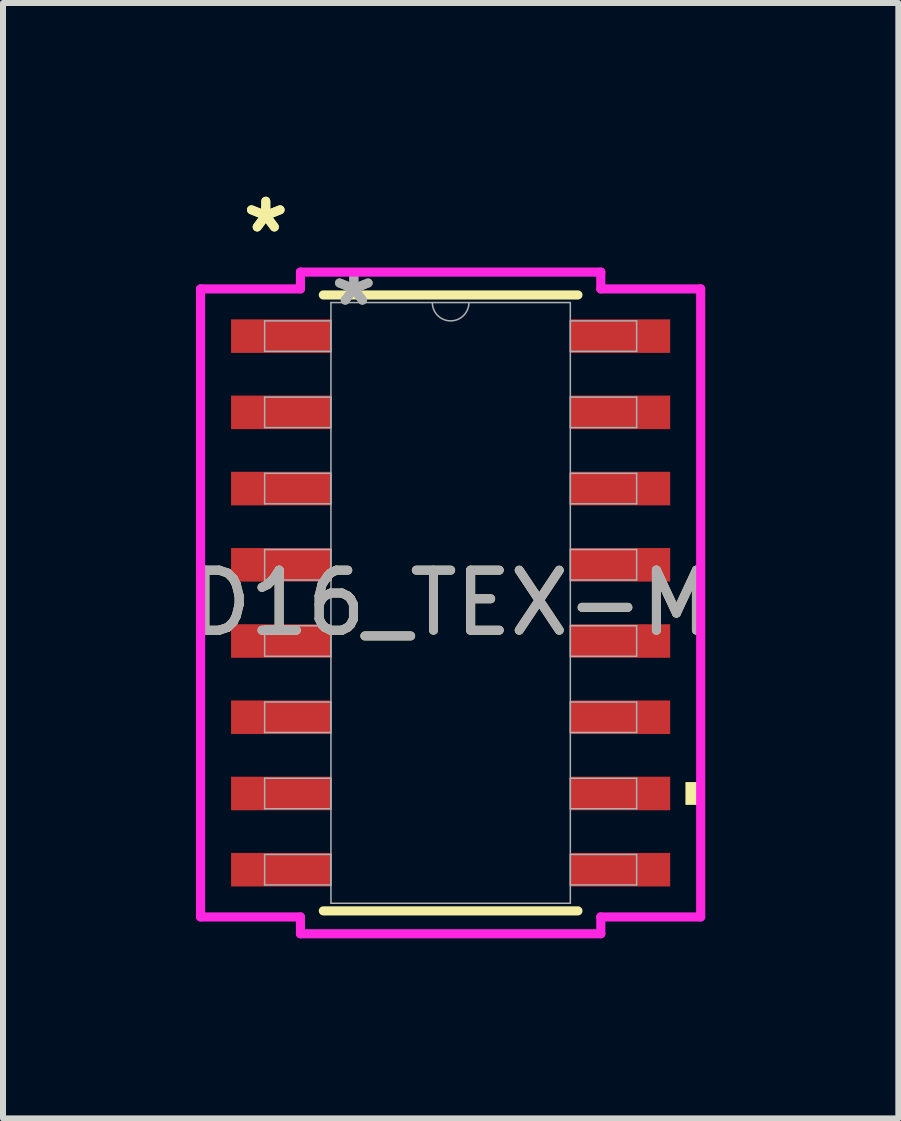
<source format=kicad_pcb>
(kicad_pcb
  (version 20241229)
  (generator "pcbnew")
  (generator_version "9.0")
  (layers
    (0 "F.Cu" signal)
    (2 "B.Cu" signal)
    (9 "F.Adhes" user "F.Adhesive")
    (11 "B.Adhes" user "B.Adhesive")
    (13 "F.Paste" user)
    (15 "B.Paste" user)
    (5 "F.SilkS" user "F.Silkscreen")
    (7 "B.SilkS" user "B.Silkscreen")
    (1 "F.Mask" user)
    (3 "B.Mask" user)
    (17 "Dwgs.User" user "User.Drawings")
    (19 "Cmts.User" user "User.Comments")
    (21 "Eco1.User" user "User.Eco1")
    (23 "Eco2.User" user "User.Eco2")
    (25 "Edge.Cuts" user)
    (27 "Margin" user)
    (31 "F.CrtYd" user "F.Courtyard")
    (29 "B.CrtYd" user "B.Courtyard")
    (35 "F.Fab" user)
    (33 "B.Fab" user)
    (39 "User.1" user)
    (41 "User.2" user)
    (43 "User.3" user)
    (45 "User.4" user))
  (footprint "D16_TEX-M"
    (layer "F.Cu")
    (at 4.458 6.995)
    (property "Reference" "D16_TEX-M" (at 0 0 0) (unlocked yes) (layer "F.SilkS") (effects (font (size 1 1) (thickness 0.15))))
    (attr smd)
    (fp_line (start -2.121 5.131) (end 2.121 5.131) (stroke (width 0.152) (type solid)) (layer "F.SilkS"))
    (fp_line (start 2.121 -5.131) (end -2.121 -5.131) (stroke (width 0.152) (type solid)) (layer "F.SilkS"))
    (fp_poly (pts (xy 4.166 2.985) (xy 4.166 3.365) (xy 3.912 3.365) (xy 3.912 2.985)) (stroke (width 0) (type solid)) (fill yes) (layer "F.SilkS"))
    (fp_line (start -4.166 -5.232) (end -2.502 -5.232) (stroke (width 0.152) (type solid)) (layer "F.CrtYd"))
    (fp_line (start -4.166 5.232) (end -4.166 -5.232) (stroke (width 0.152) (type solid)) (layer "F.CrtYd"))
    (fp_line (start -4.166 5.232) (end -2.502 5.232) (stroke (width 0.152) (type solid)) (layer "F.CrtYd"))
    (fp_line (start -2.502 -5.512) (end 2.502 -5.512) (stroke (width 0.152) (type solid)) (layer "F.CrtYd"))
    (fp_line (start -2.502 -5.232) (end -2.502 -5.512) (stroke (width 0.152) (type solid)) (layer "F.CrtYd"))
    (fp_line (start -2.502 5.512) (end -2.502 5.232) (stroke (width 0.152) (type solid)) (layer "F.CrtYd"))
    (fp_line (start 2.502 -5.512) (end 2.502 -5.232) (stroke (width 0.152) (type solid)) (layer "F.CrtYd"))
    (fp_line (start 2.502 5.232) (end 2.502 5.512) (stroke (width 0.152) (type solid)) (layer "F.CrtYd"))
    (fp_line (start 2.502 5.512) (end -2.502 5.512) (stroke (width 0.152) (type solid)) (layer "F.CrtYd"))
    (fp_line (start 4.166 -5.232) (end 2.502 -5.232) (stroke (width 0.152) (type solid)) (layer "F.CrtYd"))
    (fp_line (start 4.166 -5.232) (end 4.166 5.232) (stroke (width 0.152) (type solid)) (layer "F.CrtYd"))
    (fp_line (start 4.166 5.232) (end 2.502 5.232) (stroke (width 0.152) (type solid)) (layer "F.CrtYd"))
    (fp_line (start -3.099 -4.699) (end -3.099 -4.191) (stroke (width 0.025) (type solid)) (layer "F.Fab"))
    (fp_line (start -3.099 -4.191) (end -1.994 -4.191) (stroke (width 0.025) (type solid)) (layer "F.Fab"))
    (fp_line (start -3.099 -3.429) (end -3.099 -2.921) (stroke (width 0.025) (type solid)) (layer "F.Fab"))
    (fp_line (start -3.099 -2.921) (end -1.994 -2.921) (stroke (width 0.025) (type solid)) (layer "F.Fab"))
    (fp_line (start -3.099 -2.159) (end -3.099 -1.651) (stroke (width 0.025) (type solid)) (layer "F.Fab"))
    (fp_line (start -3.099 -1.651) (end -1.994 -1.651) (stroke (width 0.025) (type solid)) (layer "F.Fab"))
    (fp_line (start -3.099 -0.889) (end -3.099 -0.381) (stroke (width 0.025) (type solid)) (layer "F.Fab"))
    (fp_line (start -3.099 -0.381) (end -1.994 -0.381) (stroke (width 0.025) (type solid)) (layer "F.Fab"))
    (fp_line (start -3.099 0.381) (end -3.099 0.889) (stroke (width 0.025) (type solid)) (layer "F.Fab"))
    (fp_line (start -3.099 0.889) (end -1.994 0.889) (stroke (width 0.025) (type solid)) (layer "F.Fab"))
    (fp_line (start -3.099 1.651) (end -3.099 2.159) (stroke (width 0.025) (type solid)) (layer "F.Fab"))
    (fp_line (start -3.099 2.159) (end -1.994 2.159) (stroke (width 0.025) (type solid)) (layer "F.Fab"))
    (fp_line (start -3.099 2.921) (end -3.099 3.429) (stroke (width 0.025) (type solid)) (layer "F.Fab"))
    (fp_line (start -3.099 3.429) (end -1.994 3.429) (stroke (width 0.025) (type solid)) (layer "F.Fab"))
    (fp_line (start -3.099 4.191) (end -3.099 4.699) (stroke (width 0.025) (type solid)) (layer "F.Fab"))
    (fp_line (start -3.099 4.699) (end -1.994 4.699) (stroke (width 0.025) (type solid)) (layer "F.Fab"))
    (fp_line (start -1.994 -5.004) (end -1.994 5.004) (stroke (width 0.025) (type solid)) (layer "F.Fab"))
    (fp_line (start -1.994 -4.699) (end -3.099 -4.699) (stroke (width 0.025) (type solid)) (layer "F.Fab"))
    (fp_line (start -1.994 -4.191) (end -1.994 -4.699) (stroke (width 0.025) (type solid)) (layer "F.Fab"))
    (fp_line (start -1.994 -3.429) (end -3.099 -3.429) (stroke (width 0.025) (type solid)) (layer "F.Fab"))
    (fp_line (start -1.994 -2.921) (end -1.994 -3.429) (stroke (width 0.025) (type solid)) (layer "F.Fab"))
    (fp_line (start -1.994 -2.159) (end -3.099 -2.159) (stroke (width 0.025) (type solid)) (layer "F.Fab"))
    (fp_line (start -1.994 -1.651) (end -1.994 -2.159) (stroke (width 0.025) (type solid)) (layer "F.Fab"))
    (fp_line (start -1.994 -0.889) (end -3.099 -0.889) (stroke (width 0.025) (type solid)) (layer "F.Fab"))
    (fp_line (start -1.994 -0.381) (end -1.994 -0.889) (stroke (width 0.025) (type solid)) (layer "F.Fab"))
    (fp_line (start -1.994 0.381) (end -3.099 0.381) (stroke (width 0.025) (type solid)) (layer "F.Fab"))
    (fp_line (start -1.994 0.889) (end -1.994 0.381) (stroke (width 0.025) (type solid)) (layer "F.Fab"))
    (fp_line (start -1.994 1.651) (end -3.099 1.651) (stroke (width 0.025) (type solid)) (layer "F.Fab"))
    (fp_line (start -1.994 2.159) (end -1.994 1.651) (stroke (width 0.025) (type solid)) (layer "F.Fab"))
    (fp_line (start -1.994 2.921) (end -3.099 2.921) (stroke (width 0.025) (type solid)) (layer "F.Fab"))
    (fp_line (start -1.994 3.429) (end -1.994 2.921) (stroke (width 0.025) (type solid)) (layer "F.Fab"))
    (fp_line (start -1.994 4.191) (end -3.099 4.191) (stroke (width 0.025) (type solid)) (layer "F.Fab"))
    (fp_line (start -1.994 4.699) (end -1.994 4.191) (stroke (width 0.025) (type solid)) (layer "F.Fab"))
    (fp_line (start -1.994 5.004) (end 1.994 5.004) (stroke (width 0.025) (type solid)) (layer "F.Fab"))
    (fp_line (start 1.994 -5.004) (end -1.994 -5.004) (stroke (width 0.025) (type solid)) (layer "F.Fab"))
    (fp_line (start 1.994 -4.699) (end 1.994 -4.191) (stroke (width 0.025) (type solid)) (layer "F.Fab"))
    (fp_line (start 1.994 -4.191) (end 3.099 -4.191) (stroke (width 0.025) (type solid)) (layer "F.Fab"))
    (fp_line (start 1.994 -3.429) (end 1.994 -2.921) (stroke (width 0.025) (type solid)) (layer "F.Fab"))
    (fp_line (start 1.994 -2.921) (end 3.099 -2.921) (stroke (width 0.025) (type solid)) (layer "F.Fab"))
    (fp_line (start 1.994 -2.159) (end 1.994 -1.651) (stroke (width 0.025) (type solid)) (layer "F.Fab"))
    (fp_line (start 1.994 -1.651) (end 3.099 -1.651) (stroke (width 0.025) (type solid)) (layer "F.Fab"))
    (fp_line (start 1.994 -0.889) (end 1.994 -0.381) (stroke (width 0.025) (type solid)) (layer "F.Fab"))
    (fp_line (start 1.994 -0.381) (end 3.099 -0.381) (stroke (width 0.025) (type solid)) (layer "F.Fab"))
    (fp_line (start 1.994 0.381) (end 1.994 0.889) (stroke (width 0.025) (type solid)) (layer "F.Fab"))
    (fp_line (start 1.994 0.889) (end 3.099 0.889) (stroke (width 0.025) (type solid)) (layer "F.Fab"))
    (fp_line (start 1.994 1.651) (end 1.994 2.159) (stroke (width 0.025) (type solid)) (layer "F.Fab"))
    (fp_line (start 1.994 2.159) (end 3.099 2.159) (stroke (width 0.025) (type solid)) (layer "F.Fab"))
    (fp_line (start 1.994 2.921) (end 1.994 3.429) (stroke (width 0.025) (type solid)) (layer "F.Fab"))
    (fp_line (start 1.994 3.429) (end 3.099 3.429) (stroke (width 0.025) (type solid)) (layer "F.Fab"))
    (fp_line (start 1.994 4.191) (end 1.994 4.699) (stroke (width 0.025) (type solid)) (layer "F.Fab"))
    (fp_line (start 1.994 4.699) (end 3.099 4.699) (stroke (width 0.025) (type solid)) (layer "F.Fab"))
    (fp_line (start 1.994 5.004) (end 1.994 -5.004) (stroke (width 0.025) (type solid)) (layer "F.Fab"))
    (fp_line (start 3.099 -4.699) (end 1.994 -4.699) (stroke (width 0.025) (type solid)) (layer "F.Fab"))
    (fp_line (start 3.099 -4.191) (end 3.099 -4.699) (stroke (width 0.025) (type solid)) (layer "F.Fab"))
    (fp_line (start 3.099 -3.429) (end 1.994 -3.429) (stroke (width 0.025) (type solid)) (layer "F.Fab"))
    (fp_line (start 3.099 -2.921) (end 3.099 -3.429) (stroke (width 0.025) (type solid)) (layer "F.Fab"))
    (fp_line (start 3.099 -2.159) (end 1.994 -2.159) (stroke (width 0.025) (type solid)) (layer "F.Fab"))
    (fp_line (start 3.099 -1.651) (end 3.099 -2.159) (stroke (width 0.025) (type solid)) (layer "F.Fab"))
    (fp_line (start 3.099 -0.889) (end 1.994 -0.889) (stroke (width 0.025) (type solid)) (layer "F.Fab"))
    (fp_line (start 3.099 -0.381) (end 3.099 -0.889) (stroke (width 0.025) (type solid)) (layer "F.Fab"))
    (fp_line (start 3.099 0.381) (end 1.994 0.381) (stroke (width 0.025) (type solid)) (layer "F.Fab"))
    (fp_line (start 3.099 0.889) (end 3.099 0.381) (stroke (width 0.025) (type solid)) (layer "F.Fab"))
    (fp_line (start 3.099 1.651) (end 1.994 1.651) (stroke (width 0.025) (type solid)) (layer "F.Fab"))
    (fp_line (start 3.099 2.159) (end 3.099 1.651) (stroke (width 0.025) (type solid)) (layer "F.Fab"))
    (fp_line (start 3.099 2.921) (end 1.994 2.921) (stroke (width 0.025) (type solid)) (layer "F.Fab"))
    (fp_line (start 3.099 3.429) (end 3.099 2.921) (stroke (width 0.025) (type solid)) (layer "F.Fab"))
    (fp_line (start 3.099 4.191) (end 1.994 4.191) (stroke (width 0.025) (type solid)) (layer "F.Fab"))
    (fp_line (start 3.099 4.699) (end 3.099 4.191) (stroke (width 0.025) (type solid)) (layer "F.Fab"))
    (fp_arc (start 0.3048 -5.0038) (mid 0 -4.699) (end -0.3048 -5.0038) (stroke (width 0.0254) (type solid)) (layer "F.Fab"))
    (fp_text user "*" (at -3.08 -6.147 0) (layer "F.SilkS") (effects (font (size 1 1) (thickness 0.15))))
    (fp_text user "*" (at -3.08 -6.147 0) (unlocked yes) (layer "F.SilkS") (effects (font (size 1 1) (thickness 0.15))))
    (fp_text user "*" (at -1.613 -4.928 0) (layer "F.Fab") (effects (font (size 1 1) (thickness 0.15))))
    (fp_text user "${REFERENCE}" (at 0 0 0) (unlocked yes) (layer "F.Fab") (effects (font (size 1 1) (thickness 0.15))))
    (fp_text user "*" (at -1.613 -4.928 0) (unlocked yes) (layer "F.Fab") (effects (font (size 1 1) (thickness 0.15))))
    (pad "1" smd rect (at -2.826 -4.445) (size 1.664 0.559) (layers "F.Cu" "F.Mask" "F.Paste"))
    (pad "2" smd rect (at -2.826 -3.175) (size 1.664 0.559) (layers "F.Cu" "F.Mask" "F.Paste"))
    (pad "3" smd rect (at -2.826 -1.905) (size 1.664 0.559) (layers "F.Cu" "F.Mask" "F.Paste"))
    (pad "4" smd rect (at -2.826 -0.635) (size 1.664 0.559) (layers "F.Cu" "F.Mask" "F.Paste"))
    (pad "5" smd rect (at -2.826 0.635) (size 1.664 0.559) (layers "F.Cu" "F.Mask" "F.Paste"))
    (pad "6" smd rect (at -2.826 1.905) (size 1.664 0.559) (layers "F.Cu" "F.Mask" "F.Paste"))
    (pad "7" smd rect (at -2.826 3.175) (size 1.664 0.559) (layers "F.Cu" "F.Mask" "F.Paste"))
    (pad "8" smd rect (at -2.826 4.445) (size 1.664 0.559) (layers "F.Cu" "F.Mask" "F.Paste"))
    (pad "9" smd rect (at 2.826 4.445) (size 1.664 0.559) (layers "F.Cu" "F.Mask" "F.Paste"))
    (pad "10" smd rect (at 2.826 3.175) (size 1.664 0.559) (layers "F.Cu" "F.Mask" "F.Paste"))
    (pad "11" smd rect (at 2.826 1.905) (size 1.664 0.559) (layers "F.Cu" "F.Mask" "F.Paste"))
    (pad "12" smd rect (at 2.826 0.635) (size 1.664 0.559) (layers "F.Cu" "F.Mask" "F.Paste"))
    (pad "13" smd rect (at 2.826 -0.635) (size 1.664 0.559) (layers "F.Cu" "F.Mask" "F.Paste"))
    (pad "14" smd rect (at 2.826 -1.905) (size 1.664 0.559) (layers "F.Cu" "F.Mask" "F.Paste"))
    (pad "15" smd rect (at 2.826 -3.175) (size 1.664 0.559) (layers "F.Cu" "F.Mask" "F.Paste"))
    (pad "16" smd rect (at 2.826 -4.445) (size 1.664 0.559) (layers "F.Cu" "F.Mask" "F.Paste")))
  (gr_rect
    (start -3 -3)
    (end 11.917 15.583)
    (stroke (width 0.1) (type default))
    (fill no)
    (layer "Edge.Cuts")))
</source>
